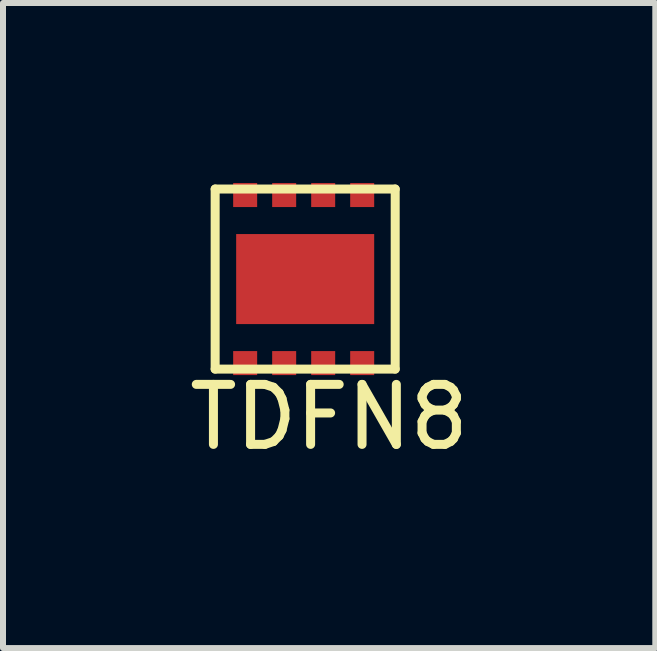
<source format=kicad_pcb>
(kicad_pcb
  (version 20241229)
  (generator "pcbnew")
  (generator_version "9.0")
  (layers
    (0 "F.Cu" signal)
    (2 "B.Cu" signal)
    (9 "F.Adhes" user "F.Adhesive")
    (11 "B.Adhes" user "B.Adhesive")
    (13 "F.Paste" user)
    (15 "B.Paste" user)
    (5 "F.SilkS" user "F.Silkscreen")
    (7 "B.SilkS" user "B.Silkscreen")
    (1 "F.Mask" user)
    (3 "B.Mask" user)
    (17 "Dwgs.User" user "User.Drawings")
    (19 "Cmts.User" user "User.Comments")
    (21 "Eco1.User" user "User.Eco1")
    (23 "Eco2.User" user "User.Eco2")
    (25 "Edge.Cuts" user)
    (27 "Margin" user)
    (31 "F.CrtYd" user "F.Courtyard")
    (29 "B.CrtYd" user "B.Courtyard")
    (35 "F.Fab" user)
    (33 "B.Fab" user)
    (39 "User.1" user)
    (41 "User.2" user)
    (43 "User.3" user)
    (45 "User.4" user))
  (footprint "TDFN8"
    (layer "F.Cu")
    (at 2.035 1.6)
    (property "Reference" "TDFN8" (at 0.4 2.3 0) (layer "F.SilkS") (effects (font (size 1 1) (thickness 0.15))))
    (attr through_hole)
    (fp_line (start -1.5 -1.5) (end 1.5 -1.5) (stroke (width 0.15) (type solid)) (layer "F.SilkS"))
    (fp_line (start -1.5 1.5) (end -1.5 -1.5) (stroke (width 0.15) (type solid)) (layer "F.SilkS"))
    (fp_line (start 1.5 -1.5) (end 1.5 1.5) (stroke (width 0.15) (type solid)) (layer "F.SilkS"))
    (fp_line (start 1.5 1.5) (end -1.5 1.5) (stroke (width 0.15) (type solid)) (layer "F.SilkS"))
    (pad "1" smd rect (at -1 1.4) (size 0.4 0.4) (layers "F.Cu" "F.Mask" "F.Paste"))
    (pad "2" smd rect (at -0.35 1.4) (size 0.4 0.4) (layers "F.Cu" "F.Mask" "F.Paste"))
    (pad "3" smd rect (at 0.3 1.4) (size 0.4 0.4) (layers "F.Cu" "F.Mask" "F.Paste"))
    (pad "4" smd rect (at 0.95 1.4) (size 0.4 0.4) (layers "F.Cu" "F.Mask" "F.Paste"))
    (pad "5" smd rect (at 0.95 -1.4) (size 0.4 0.4) (layers "F.Cu" "F.Mask" "F.Paste"))
    (pad "6" smd rect (at 0.3 -1.4) (size 0.4 0.4) (layers "F.Cu" "F.Mask" "F.Paste"))
    (pad "7" smd rect (at -0.35 -1.4) (size 0.4 0.4) (layers "F.Cu" "F.Mask" "F.Paste"))
    (pad "8" smd rect (at -1 -1.4) (size 0.4 0.4) (layers "F.Cu" "F.Mask" "F.Paste"))
    (pad "9" smd rect (at 0 0) (size 2.3 1.5) (layers "F.Cu" "F.Mask" "F.Paste")))
  (gr_rect
    (start -3 -3)
    (end 7.869 7.748)
    (stroke (width 0.1) (type default))
    (fill no)
    (layer "Edge.Cuts")))
</source>
